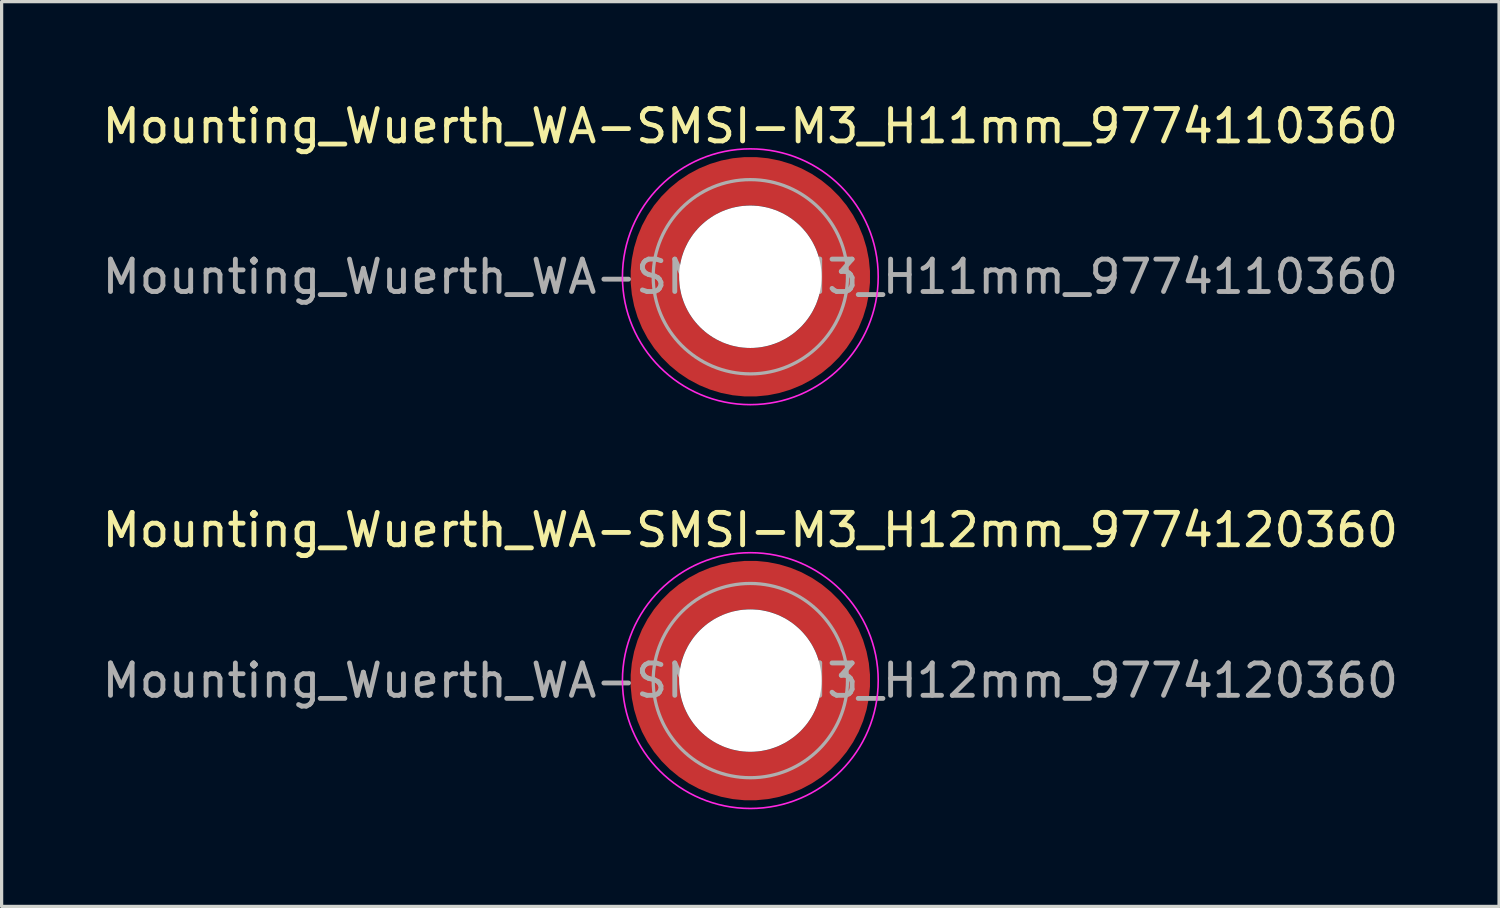
<source format=kicad_pcb>
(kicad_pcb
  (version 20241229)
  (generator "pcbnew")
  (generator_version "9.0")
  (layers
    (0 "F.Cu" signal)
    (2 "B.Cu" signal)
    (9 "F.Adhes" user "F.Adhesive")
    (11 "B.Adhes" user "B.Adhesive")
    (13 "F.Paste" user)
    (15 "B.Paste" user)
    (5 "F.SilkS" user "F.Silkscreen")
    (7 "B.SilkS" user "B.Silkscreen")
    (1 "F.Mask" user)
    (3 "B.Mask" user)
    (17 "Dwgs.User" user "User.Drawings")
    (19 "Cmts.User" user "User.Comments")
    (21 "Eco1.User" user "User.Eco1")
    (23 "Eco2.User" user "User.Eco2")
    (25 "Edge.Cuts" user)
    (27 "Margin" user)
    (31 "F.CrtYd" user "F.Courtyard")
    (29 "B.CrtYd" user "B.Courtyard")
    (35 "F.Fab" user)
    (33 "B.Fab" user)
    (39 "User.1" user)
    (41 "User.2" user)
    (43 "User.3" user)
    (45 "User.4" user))
  (footprint "Mounting_Wuerth_WA-SMSI-M3_H11mm_9774110360"
    (layer "F.Cu")
    (at 20.125 5.498)
    (property "Reference" "Mounting_Wuerth_WA-SMSI-M3_H11mm_9774110360" (at 0 -4.65 0) (layer "F.SilkS") (effects (font (size 1 1) (thickness 0.15))))
    (attr smd)
    (fp_circle (center 0 0) (end 3.95 0) (stroke (width 0.05) (type solid)) (fill no) (layer "F.CrtYd"))
    (fp_circle (center 0 0) (end 3 0) (stroke (width 0.1) (type solid)) (fill no) (layer "F.Fab"))
    (fp_text user "${REFERENCE}" (at 0 0 0) (layer "F.Fab") (effects (font (size 1 1) (thickness 0.15))))
    (pad "" smd custom (at -2.058 -2.058) (size 0.7 0.7) (layers "F.Paste") (options (anchor circle)) (primitives (gr_arc (start -0.377294 1.707681) (mid 0.318198 0.318198) (end 1.707681 -0.377294) (width 0.2)) (gr_arc (start -0.478281 1.707681) (mid 0.247487 0.247487) (end 1.707681 -0.478281) (width 0.2)) (gr_arc (start -0.579192 1.707681) (mid 0.176777 0.176777) (end 1.707681 -0.579192) (width 0.2)) (gr_arc (start -0.680037 1.707681) (mid 0.106066 0.106066) (end 1.707681 -0.680037) (width 0.2)) (gr_arc (start -0.780822 1.707681) (mid 0.035356 0.035356) (end 1.707681 -0.780822) (width 0.2)) (gr_arc (start -0.881554 1.707681) (mid -0.035355 -0.035355) (end 1.707681 -0.881554) (width 0.2)) (gr_arc (start -0.982237 1.707681) (mid -0.106066 -0.106066) (end 1.707681 -0.982237) (width 0.2)) (gr_arc (start -1.082877 1.707681) (mid -0.176777 -0.176777) (end 1.707681 -1.082877) (width 0.2)) (gr_arc (start -1.183476 1.707681) (mid -0.247487 -0.247487) (end 1.707681 -1.183476) (width 0.2)) (gr_arc (start -1.28404 1.707681) (mid -0.318198 -0.318198) (end 1.707681 -1.28404) (width 0.2)) (gr_line (start 1.708 -0.377) (end 1.708 -1.284) (width 0.2)) (gr_line (start -0.377 1.708) (end -1.284 1.708) (width 0.2))))
    (pad "" smd custom (at -2.058 2.058) (size 0.7 0.7) (layers "F.Paste") (options (anchor circle)) (primitives (gr_arc (start 1.707681 0.377294) (mid 0.318198 -0.318198) (end -0.377294 -1.707681) (width 0.2)) (gr_arc (start 1.707681 0.478281) (mid 0.247487 -0.247487) (end -0.478281 -1.707681) (width 0.2)) (gr_arc (start 1.707681 0.579192) (mid 0.176777 -0.176777) (end -0.579192 -1.707681) (width 0.2)) (gr_arc (start 1.707681 0.680037) (mid 0.106066 -0.106066) (end -0.680037 -1.707681) (width 0.2)) (gr_arc (start 1.707681 0.780822) (mid 0.035356 -0.035356) (end -0.780822 -1.707681) (width 0.2)) (gr_arc (start 1.707681 0.881554) (mid -0.035355 0.035355) (end -0.881554 -1.707681) (width 0.2)) (gr_arc (start 1.707681 0.982237) (mid -0.106066 0.106066) (end -0.982237 -1.707681) (width 0.2)) (gr_arc (start 1.707681 1.082877) (mid -0.176777 0.176777) (end -1.082877 -1.707681) (width 0.2)) (gr_arc (start 1.707681 1.183476) (mid -0.247487 0.247487) (end -1.183476 -1.707681) (width 0.2)) (gr_arc (start 1.707681 1.28404) (mid -0.318198 0.318198) (end -1.28404 -1.707681) (width 0.2)) (gr_line (start -0.377 -1.708) (end -1.284 -1.708) (width 0.2)) (gr_line (start 1.708 0.377) (end 1.708 1.284) (width 0.2))))
    (pad "" np_thru_hole circle (at 0 0) (size 4.4 4.4) (drill 4.4) (layers "*.Cu" "*.Mask"))
    (pad "" smd custom (at 2.058 -2.058) (size 0.7 0.7) (layers "F.Paste") (options (anchor circle)) (primitives (gr_arc (start -1.707681 -0.377294) (mid -0.318198 0.318198) (end 0.377294 1.707681) (width 0.2)) (gr_arc (start -1.707681 -0.478281) (mid -0.247487 0.247487) (end 0.478281 1.707681) (width 0.2)) (gr_arc (start -1.707681 -0.579192) (mid -0.176777 0.176777) (end 0.579192 1.707681) (width 0.2)) (gr_arc (start -1.707681 -0.680037) (mid -0.106066 0.106066) (end 0.680037 1.707681) (width 0.2)) (gr_arc (start -1.707681 -0.780822) (mid -0.035356 0.035356) (end 0.780822 1.707681) (width 0.2)) (gr_arc (start -1.707681 -0.881554) (mid 0.035355 -0.035355) (end 0.881554 1.707681) (width 0.2)) (gr_arc (start -1.707681 -0.982237) (mid 0.106066 -0.106066) (end 0.982237 1.707681) (width 0.2)) (gr_arc (start -1.707681 -1.082877) (mid 0.176777 -0.176777) (end 1.082877 1.707681) (width 0.2)) (gr_arc (start -1.707681 -1.183476) (mid 0.247487 -0.247487) (end 1.183476 1.707681) (width 0.2)) (gr_arc (start -1.707681 -1.28404) (mid 0.318198 -0.318198) (end 1.28404 1.707681) (width 0.2)) (gr_line (start 0.377 1.708) (end 1.284 1.708) (width 0.2)) (gr_line (start -1.708 -0.377) (end -1.708 -1.284) (width 0.2))))
    (pad "" smd custom (at 2.058 2.058) (size 0.7 0.7) (layers "F.Paste") (options (anchor circle)) (primitives (gr_arc (start 0.377294 -1.707681) (mid -0.318198 -0.318198) (end -1.707681 0.377294) (width 0.2)) (gr_arc (start 0.478281 -1.707681) (mid -0.247487 -0.247487) (end -1.707681 0.478281) (width 0.2)) (gr_arc (start 0.579192 -1.707681) (mid -0.176777 -0.176777) (end -1.707681 0.579192) (width 0.2)) (gr_arc (start 0.680037 -1.707681) (mid -0.106066 -0.106066) (end -1.707681 0.680037) (width 0.2)) (gr_arc (start 0.780822 -1.707681) (mid -0.035356 -0.035356) (end -1.707681 0.780822) (width 0.2)) (gr_arc (start 0.881554 -1.707681) (mid 0.035355 0.035355) (end -1.707681 0.881554) (width 0.2)) (gr_arc (start 0.982237 -1.707681) (mid 0.106066 0.106066) (end -1.707681 0.982237) (width 0.2)) (gr_arc (start 1.082877 -1.707681) (mid 0.176777 0.176777) (end -1.707681 1.082877) (width 0.2)) (gr_arc (start 1.183476 -1.707681) (mid 0.247487 0.247487) (end -1.707681 1.183476) (width 0.2)) (gr_arc (start 1.28404 -1.707681) (mid 0.318198 0.318198) (end -1.707681 1.28404) (width 0.2)) (gr_line (start -1.708 0.377) (end -1.708 1.284) (width 0.2)) (gr_line (start 0.377 -1.708) (end 1.284 -1.708) (width 0.2))))
    (pad "1" smd circle (at -2.95 0) (size 1.1 1.1) (layers "F.Cu"))
    (pad "1" smd circle (at 0 -2.95) (size 1.1 1.1) (layers "F.Cu"))
    (pad "1" smd circle (at 0 2.95) (size 1.1 1.1) (layers "F.Cu"))
    (pad "1" smd custom (at 2.95 0) (size 1.1 1.1) (layers "F.Cu" "F.Mask") (options (anchor circle)) (primitives (gr_circle (center -2.95 0) (end 0 0) (width 1.5) (fill no)))))
  (footprint "Mounting_Wuerth_WA-SMSI-M3_H12mm_9774120360"
    (layer "F.Cu")
    (at 20.125 17.971)
    (property "Reference" "Mounting_Wuerth_WA-SMSI-M3_H12mm_9774120360" (at 0 -4.65 0) (layer "F.SilkS") (effects (font (size 1 1) (thickness 0.15))))
    (attr smd)
    (fp_circle (center 0 0) (end 3.95 0) (stroke (width 0.05) (type solid)) (fill no) (layer "F.CrtYd"))
    (fp_circle (center 0 0) (end 3 0) (stroke (width 0.1) (type solid)) (fill no) (layer "F.Fab"))
    (fp_text user "${REFERENCE}" (at 0 0 0) (layer "F.Fab") (effects (font (size 1 1) (thickness 0.15))))
    (pad "" smd custom (at -2.058 -2.058) (size 0.7 0.7) (layers "F.Paste") (options (anchor circle)) (primitives (gr_arc (start -0.377294 1.707681) (mid 0.318198 0.318198) (end 1.707681 -0.377294) (width 0.2)) (gr_arc (start -0.478281 1.707681) (mid 0.247487 0.247487) (end 1.707681 -0.478281) (width 0.2)) (gr_arc (start -0.579192 1.707681) (mid 0.176777 0.176777) (end 1.707681 -0.579192) (width 0.2)) (gr_arc (start -0.680037 1.707681) (mid 0.106066 0.106066) (end 1.707681 -0.680037) (width 0.2)) (gr_arc (start -0.780822 1.707681) (mid 0.035356 0.035356) (end 1.707681 -0.780822) (width 0.2)) (gr_arc (start -0.881554 1.707681) (mid -0.035355 -0.035355) (end 1.707681 -0.881554) (width 0.2)) (gr_arc (start -0.982237 1.707681) (mid -0.106066 -0.106066) (end 1.707681 -0.982237) (width 0.2)) (gr_arc (start -1.082877 1.707681) (mid -0.176777 -0.176777) (end 1.707681 -1.082877) (width 0.2)) (gr_arc (start -1.183476 1.707681) (mid -0.247487 -0.247487) (end 1.707681 -1.183476) (width 0.2)) (gr_arc (start -1.28404 1.707681) (mid -0.318198 -0.318198) (end 1.707681 -1.28404) (width 0.2)) (gr_line (start 1.708 -0.377) (end 1.708 -1.284) (width 0.2)) (gr_line (start -0.377 1.708) (end -1.284 1.708) (width 0.2))))
    (pad "" smd custom (at -2.058 2.058) (size 0.7 0.7) (layers "F.Paste") (options (anchor circle)) (primitives (gr_arc (start 1.707681 0.377294) (mid 0.318198 -0.318198) (end -0.377294 -1.707681) (width 0.2)) (gr_arc (start 1.707681 0.478281) (mid 0.247487 -0.247487) (end -0.478281 -1.707681) (width 0.2)) (gr_arc (start 1.707681 0.579192) (mid 0.176777 -0.176777) (end -0.579192 -1.707681) (width 0.2)) (gr_arc (start 1.707681 0.680037) (mid 0.106066 -0.106066) (end -0.680037 -1.707681) (width 0.2)) (gr_arc (start 1.707681 0.780822) (mid 0.035356 -0.035356) (end -0.780822 -1.707681) (width 0.2)) (gr_arc (start 1.707681 0.881554) (mid -0.035355 0.035355) (end -0.881554 -1.707681) (width 0.2)) (gr_arc (start 1.707681 0.982237) (mid -0.106066 0.106066) (end -0.982237 -1.707681) (width 0.2)) (gr_arc (start 1.707681 1.082877) (mid -0.176777 0.176777) (end -1.082877 -1.707681) (width 0.2)) (gr_arc (start 1.707681 1.183476) (mid -0.247487 0.247487) (end -1.183476 -1.707681) (width 0.2)) (gr_arc (start 1.707681 1.28404) (mid -0.318198 0.318198) (end -1.28404 -1.707681) (width 0.2)) (gr_line (start -0.377 -1.708) (end -1.284 -1.708) (width 0.2)) (gr_line (start 1.708 0.377) (end 1.708 1.284) (width 0.2))))
    (pad "" np_thru_hole circle (at 0 0) (size 4.4 4.4) (drill 4.4) (layers "*.Cu" "*.Mask"))
    (pad "" smd custom (at 2.058 -2.058) (size 0.7 0.7) (layers "F.Paste") (options (anchor circle)) (primitives (gr_arc (start -1.707681 -0.377294) (mid -0.318198 0.318198) (end 0.377294 1.707681) (width 0.2)) (gr_arc (start -1.707681 -0.478281) (mid -0.247487 0.247487) (end 0.478281 1.707681) (width 0.2)) (gr_arc (start -1.707681 -0.579192) (mid -0.176777 0.176777) (end 0.579192 1.707681) (width 0.2)) (gr_arc (start -1.707681 -0.680037) (mid -0.106066 0.106066) (end 0.680037 1.707681) (width 0.2)) (gr_arc (start -1.707681 -0.780822) (mid -0.035356 0.035356) (end 0.780822 1.707681) (width 0.2)) (gr_arc (start -1.707681 -0.881554) (mid 0.035355 -0.035355) (end 0.881554 1.707681) (width 0.2)) (gr_arc (start -1.707681 -0.982237) (mid 0.106066 -0.106066) (end 0.982237 1.707681) (width 0.2)) (gr_arc (start -1.707681 -1.082877) (mid 0.176777 -0.176777) (end 1.082877 1.707681) (width 0.2)) (gr_arc (start -1.707681 -1.183476) (mid 0.247487 -0.247487) (end 1.183476 1.707681) (width 0.2)) (gr_arc (start -1.707681 -1.28404) (mid 0.318198 -0.318198) (end 1.28404 1.707681) (width 0.2)) (gr_line (start 0.377 1.708) (end 1.284 1.708) (width 0.2)) (gr_line (start -1.708 -0.377) (end -1.708 -1.284) (width 0.2))))
    (pad "" smd custom (at 2.058 2.058) (size 0.7 0.7) (layers "F.Paste") (options (anchor circle)) (primitives (gr_arc (start 0.377294 -1.707681) (mid -0.318198 -0.318198) (end -1.707681 0.377294) (width 0.2)) (gr_arc (start 0.478281 -1.707681) (mid -0.247487 -0.247487) (end -1.707681 0.478281) (width 0.2)) (gr_arc (start 0.579192 -1.707681) (mid -0.176777 -0.176777) (end -1.707681 0.579192) (width 0.2)) (gr_arc (start 0.680037 -1.707681) (mid -0.106066 -0.106066) (end -1.707681 0.680037) (width 0.2)) (gr_arc (start 0.780822 -1.707681) (mid -0.035356 -0.035356) (end -1.707681 0.780822) (width 0.2)) (gr_arc (start 0.881554 -1.707681) (mid 0.035355 0.035355) (end -1.707681 0.881554) (width 0.2)) (gr_arc (start 0.982237 -1.707681) (mid 0.106066 0.106066) (end -1.707681 0.982237) (width 0.2)) (gr_arc (start 1.082877 -1.707681) (mid 0.176777 0.176777) (end -1.707681 1.082877) (width 0.2)) (gr_arc (start 1.183476 -1.707681) (mid 0.247487 0.247487) (end -1.707681 1.183476) (width 0.2)) (gr_arc (start 1.28404 -1.707681) (mid 0.318198 0.318198) (end -1.707681 1.28404) (width 0.2)) (gr_line (start -1.708 0.377) (end -1.708 1.284) (width 0.2)) (gr_line (start 0.377 -1.708) (end 1.284 -1.708) (width 0.2))))
    (pad "1" smd circle (at -2.95 0) (size 1.1 1.1) (layers "F.Cu"))
    (pad "1" smd circle (at 0 -2.95) (size 1.1 1.1) (layers "F.Cu"))
    (pad "1" smd circle (at 0 2.95) (size 1.1 1.1) (layers "F.Cu"))
    (pad "1" smd custom (at 2.95 0) (size 1.1 1.1) (layers "F.Cu" "F.Mask") (options (anchor circle)) (primitives (gr_circle (center -2.95 0) (end 0 0) (width 1.5) (fill no)))))
  (gr_rect
    (start -3 -3)
    (end 43.25 24.947)
    (stroke (width 0.1) (type default))
    (fill no)
    (layer "Edge.Cuts")))
</source>
